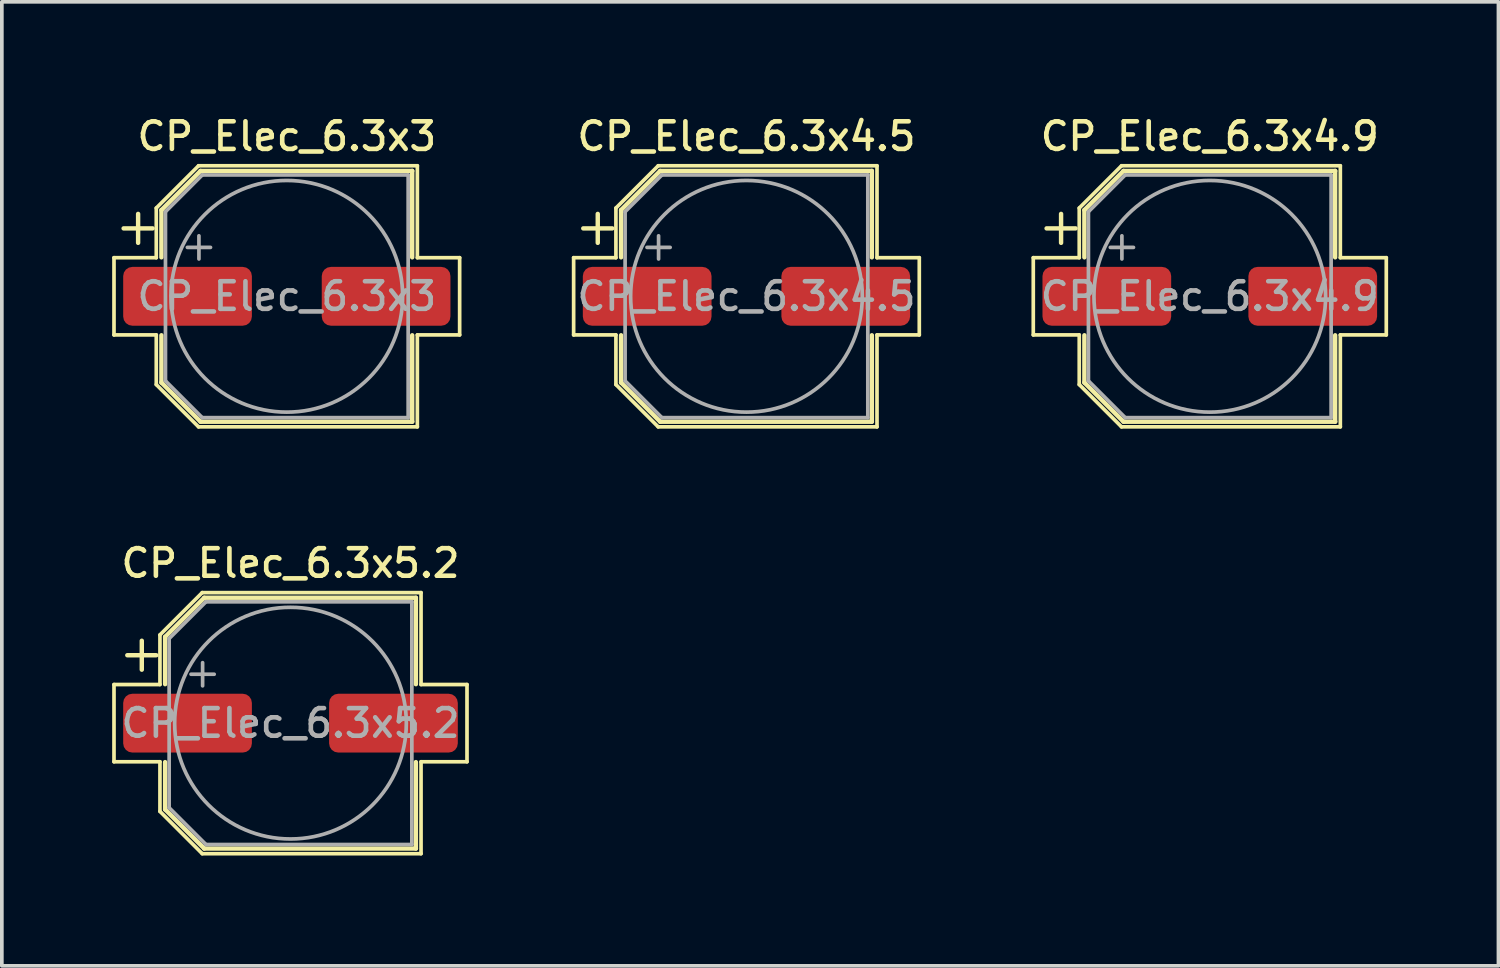
<source format=kicad_pcb>
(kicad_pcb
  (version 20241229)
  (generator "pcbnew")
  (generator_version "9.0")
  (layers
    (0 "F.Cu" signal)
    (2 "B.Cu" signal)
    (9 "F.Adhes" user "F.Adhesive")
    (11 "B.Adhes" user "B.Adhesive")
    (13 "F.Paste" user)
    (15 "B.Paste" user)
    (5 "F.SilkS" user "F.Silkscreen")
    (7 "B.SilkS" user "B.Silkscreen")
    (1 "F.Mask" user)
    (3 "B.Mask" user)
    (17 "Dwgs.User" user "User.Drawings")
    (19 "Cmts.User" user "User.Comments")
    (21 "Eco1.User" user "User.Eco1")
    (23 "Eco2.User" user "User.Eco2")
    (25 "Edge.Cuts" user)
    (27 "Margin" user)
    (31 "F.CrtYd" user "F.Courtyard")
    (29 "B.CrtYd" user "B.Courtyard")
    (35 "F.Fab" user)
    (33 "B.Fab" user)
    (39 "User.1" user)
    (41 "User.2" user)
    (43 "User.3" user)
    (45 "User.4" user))
  (footprint "CP_Elec_6.3x5.2"
    (layer "F.Cu")
    (at 4.85 16.616)
    (property "Reference" "CP_Elec_6.3x5.2" (at 0 -4.35 0) (layer "F.SilkS") (effects (font (size 0.75 0.75) (thickness 0.125))))
    (attr smd)
    (fp_line (start -4.8 -1.05) (end -4.8 1.05) (stroke (width 0.1) (type solid)) (layer "F.SilkS"))
    (fp_line (start -4.8 1.05) (end -3.55 1.05) (stroke (width 0.1) (type solid)) (layer "F.SilkS"))
    (fp_line (start -4.438 -1.847) (end -3.65 -1.847) (stroke (width 0.12) (type solid)) (layer "F.SilkS"))
    (fp_line (start -4.044 -2.241) (end -4.044 -1.454) (stroke (width 0.12) (type solid)) (layer "F.SilkS"))
    (fp_line (start -3.55 -2.4) (end -3.55 -1.05) (stroke (width 0.1) (type solid)) (layer "F.SilkS"))
    (fp_line (start -3.55 -2.4) (end -2.4 -3.55) (stroke (width 0.1) (type solid)) (layer "F.SilkS"))
    (fp_line (start -3.55 -1.05) (end -4.8 -1.05) (stroke (width 0.1) (type solid)) (layer "F.SilkS"))
    (fp_line (start -3.55 1.05) (end -3.55 2.4) (stroke (width 0.1) (type solid)) (layer "F.SilkS"))
    (fp_line (start -3.55 2.4) (end -2.4 3.55) (stroke (width 0.1) (type solid)) (layer "F.SilkS"))
    (fp_line (start -3.41 -2.346) (end -3.41 -1.06) (stroke (width 0.12) (type solid)) (layer "F.SilkS"))
    (fp_line (start -3.41 -2.346) (end -2.346 -3.41) (stroke (width 0.12) (type solid)) (layer "F.SilkS"))
    (fp_line (start -3.41 2.346) (end -3.41 1.06) (stroke (width 0.12) (type solid)) (layer "F.SilkS"))
    (fp_line (start -3.41 2.346) (end -2.346 3.41) (stroke (width 0.12) (type solid)) (layer "F.SilkS"))
    (fp_line (start -2.4 -3.55) (end 3.55 -3.55) (stroke (width 0.1) (type solid)) (layer "F.SilkS"))
    (fp_line (start -2.4 3.55) (end 3.55 3.55) (stroke (width 0.1) (type solid)) (layer "F.SilkS"))
    (fp_line (start -2.346 -3.41) (end 3.41 -3.41) (stroke (width 0.12) (type solid)) (layer "F.SilkS"))
    (fp_line (start -2.346 3.41) (end 3.41 3.41) (stroke (width 0.12) (type solid)) (layer "F.SilkS"))
    (fp_line (start 3.41 -3.41) (end 3.41 -1.06) (stroke (width 0.12) (type solid)) (layer "F.SilkS"))
    (fp_line (start 3.41 3.41) (end 3.41 1.06) (stroke (width 0.12) (type solid)) (layer "F.SilkS"))
    (fp_line (start 3.55 -3.55) (end 3.55 -1.05) (stroke (width 0.1) (type solid)) (layer "F.SilkS"))
    (fp_line (start 3.55 -1.05) (end 4.8 -1.05) (stroke (width 0.1) (type solid)) (layer "F.SilkS"))
    (fp_line (start 3.55 1.05) (end 3.55 3.55) (stroke (width 0.1) (type solid)) (layer "F.SilkS"))
    (fp_line (start 4.8 -1.05) (end 4.8 1.05) (stroke (width 0.1) (type solid)) (layer "F.SilkS"))
    (fp_line (start 4.8 1.05) (end 3.55 1.05) (stroke (width 0.1) (type solid)) (layer "F.SilkS"))
    (fp_line (start -3.3 -2.3) (end -3.3 2.3) (stroke (width 0.1) (type solid)) (layer "F.Fab"))
    (fp_line (start -3.3 -2.3) (end -2.3 -3.3) (stroke (width 0.1) (type solid)) (layer "F.Fab"))
    (fp_line (start -3.3 2.3) (end -2.3 3.3) (stroke (width 0.1) (type solid)) (layer "F.Fab"))
    (fp_line (start -2.705 -1.33) (end -2.075 -1.33) (stroke (width 0.1) (type solid)) (layer "F.Fab"))
    (fp_line (start -2.39 -1.645) (end -2.39 -1.015) (stroke (width 0.1) (type solid)) (layer "F.Fab"))
    (fp_line (start -2.3 -3.3) (end 3.3 -3.3) (stroke (width 0.1) (type solid)) (layer "F.Fab"))
    (fp_line (start -2.3 3.3) (end 3.3 3.3) (stroke (width 0.1) (type solid)) (layer "F.Fab"))
    (fp_line (start 3.3 -3.3) (end 3.3 3.3) (stroke (width 0.1) (type solid)) (layer "F.Fab"))
    (fp_circle (center 0 0) (end 3.15 0) (stroke (width 0.1) (type solid)) (fill no) (layer "F.Fab"))
    (fp_text user "${REFERENCE}" (at 0 0 0) (layer "F.Fab") (effects (font (size 0.75 0.75) (thickness 0.125))))
    (pad "1" smd roundrect (at -2.8 0) (size 3.5 1.6) (layers "F.Cu" "F.Mask" "F.Paste") (roundrect_rratio 0.156))
    (pad "2" smd roundrect (at 2.8 0) (size 3.5 1.6) (layers "F.Cu" "F.Mask" "F.Paste") (roundrect_rratio 0.156)))
  (footprint "CP_Elec_6.3x4.9"
    (layer "F.Cu")
    (at 29.85 5.008)
    (property "Reference" "CP_Elec_6.3x4.9" (at 0 -4.35 0) (layer "F.SilkS") (effects (font (size 0.75 0.75) (thickness 0.125))))
    (attr smd)
    (fp_line (start -4.8 -1.05) (end -4.8 1.05) (stroke (width 0.1) (type solid)) (layer "F.SilkS"))
    (fp_line (start -4.8 1.05) (end -3.55 1.05) (stroke (width 0.1) (type solid)) (layer "F.SilkS"))
    (fp_line (start -4.438 -1.847) (end -3.65 -1.847) (stroke (width 0.12) (type solid)) (layer "F.SilkS"))
    (fp_line (start -4.044 -2.241) (end -4.044 -1.454) (stroke (width 0.12) (type solid)) (layer "F.SilkS"))
    (fp_line (start -3.55 -2.4) (end -3.55 -1.05) (stroke (width 0.1) (type solid)) (layer "F.SilkS"))
    (fp_line (start -3.55 -2.4) (end -2.4 -3.55) (stroke (width 0.1) (type solid)) (layer "F.SilkS"))
    (fp_line (start -3.55 -1.05) (end -4.8 -1.05) (stroke (width 0.1) (type solid)) (layer "F.SilkS"))
    (fp_line (start -3.55 1.05) (end -3.55 2.4) (stroke (width 0.1) (type solid)) (layer "F.SilkS"))
    (fp_line (start -3.55 2.4) (end -2.4 3.55) (stroke (width 0.1) (type solid)) (layer "F.SilkS"))
    (fp_line (start -3.41 -2.346) (end -3.41 -1.06) (stroke (width 0.12) (type solid)) (layer "F.SilkS"))
    (fp_line (start -3.41 -2.346) (end -2.346 -3.41) (stroke (width 0.12) (type solid)) (layer "F.SilkS"))
    (fp_line (start -3.41 2.346) (end -3.41 1.06) (stroke (width 0.12) (type solid)) (layer "F.SilkS"))
    (fp_line (start -3.41 2.346) (end -2.346 3.41) (stroke (width 0.12) (type solid)) (layer "F.SilkS"))
    (fp_line (start -2.4 -3.55) (end 3.55 -3.55) (stroke (width 0.1) (type solid)) (layer "F.SilkS"))
    (fp_line (start -2.4 3.55) (end 3.55 3.55) (stroke (width 0.1) (type solid)) (layer "F.SilkS"))
    (fp_line (start -2.346 -3.41) (end 3.41 -3.41) (stroke (width 0.12) (type solid)) (layer "F.SilkS"))
    (fp_line (start -2.346 3.41) (end 3.41 3.41) (stroke (width 0.12) (type solid)) (layer "F.SilkS"))
    (fp_line (start 3.41 -3.41) (end 3.41 -1.06) (stroke (width 0.12) (type solid)) (layer "F.SilkS"))
    (fp_line (start 3.41 3.41) (end 3.41 1.06) (stroke (width 0.12) (type solid)) (layer "F.SilkS"))
    (fp_line (start 3.55 -3.55) (end 3.55 -1.05) (stroke (width 0.1) (type solid)) (layer "F.SilkS"))
    (fp_line (start 3.55 -1.05) (end 4.8 -1.05) (stroke (width 0.1) (type solid)) (layer "F.SilkS"))
    (fp_line (start 3.55 1.05) (end 3.55 3.55) (stroke (width 0.1) (type solid)) (layer "F.SilkS"))
    (fp_line (start 4.8 -1.05) (end 4.8 1.05) (stroke (width 0.1) (type solid)) (layer "F.SilkS"))
    (fp_line (start 4.8 1.05) (end 3.55 1.05) (stroke (width 0.1) (type solid)) (layer "F.SilkS"))
    (fp_line (start -3.3 -2.3) (end -3.3 2.3) (stroke (width 0.1) (type solid)) (layer "F.Fab"))
    (fp_line (start -3.3 -2.3) (end -2.3 -3.3) (stroke (width 0.1) (type solid)) (layer "F.Fab"))
    (fp_line (start -3.3 2.3) (end -2.3 3.3) (stroke (width 0.1) (type solid)) (layer "F.Fab"))
    (fp_line (start -2.705 -1.33) (end -2.075 -1.33) (stroke (width 0.1) (type solid)) (layer "F.Fab"))
    (fp_line (start -2.39 -1.645) (end -2.39 -1.015) (stroke (width 0.1) (type solid)) (layer "F.Fab"))
    (fp_line (start -2.3 -3.3) (end 3.3 -3.3) (stroke (width 0.1) (type solid)) (layer "F.Fab"))
    (fp_line (start -2.3 3.3) (end 3.3 3.3) (stroke (width 0.1) (type solid)) (layer "F.Fab"))
    (fp_line (start 3.3 -3.3) (end 3.3 3.3) (stroke (width 0.1) (type solid)) (layer "F.Fab"))
    (fp_circle (center 0 0) (end 3.15 0) (stroke (width 0.1) (type solid)) (fill no) (layer "F.Fab"))
    (fp_text user "${REFERENCE}" (at 0 0 0) (layer "F.Fab") (effects (font (size 0.75 0.75) (thickness 0.125))))
    (pad "1" smd roundrect (at -2.8 0) (size 3.5 1.6) (layers "F.Cu" "F.Mask" "F.Paste") (roundrect_rratio 0.156))
    (pad "2" smd roundrect (at 2.8 0) (size 3.5 1.6) (layers "F.Cu" "F.Mask" "F.Paste") (roundrect_rratio 0.156)))
  (footprint "CP_Elec_6.3x3"
    (layer "F.Cu")
    (at 4.75 5.008)
    (property "Reference" "CP_Elec_6.3x3" (at 0 -4.35 0) (layer "F.SilkS") (effects (font (size 0.75 0.75) (thickness 0.125))))
    (attr smd)
    (fp_line (start -4.7 -1.05) (end -4.7 1.05) (stroke (width 0.1) (type solid)) (layer "F.SilkS"))
    (fp_line (start -4.7 1.05) (end -3.55 1.05) (stroke (width 0.1) (type solid)) (layer "F.SilkS"))
    (fp_line (start -4.438 -1.847) (end -3.65 -1.847) (stroke (width 0.12) (type solid)) (layer "F.SilkS"))
    (fp_line (start -4.044 -2.241) (end -4.044 -1.454) (stroke (width 0.12) (type solid)) (layer "F.SilkS"))
    (fp_line (start -3.55 -2.4) (end -3.55 -1.05) (stroke (width 0.1) (type solid)) (layer "F.SilkS"))
    (fp_line (start -3.55 -2.4) (end -2.4 -3.55) (stroke (width 0.1) (type solid)) (layer "F.SilkS"))
    (fp_line (start -3.55 -1.05) (end -4.7 -1.05) (stroke (width 0.1) (type solid)) (layer "F.SilkS"))
    (fp_line (start -3.55 1.05) (end -3.55 2.4) (stroke (width 0.1) (type solid)) (layer "F.SilkS"))
    (fp_line (start -3.55 2.4) (end -2.4 3.55) (stroke (width 0.1) (type solid)) (layer "F.SilkS"))
    (fp_line (start -3.41 -2.346) (end -3.41 -1.06) (stroke (width 0.12) (type solid)) (layer "F.SilkS"))
    (fp_line (start -3.41 -2.346) (end -2.346 -3.41) (stroke (width 0.12) (type solid)) (layer "F.SilkS"))
    (fp_line (start -3.41 2.346) (end -3.41 1.06) (stroke (width 0.12) (type solid)) (layer "F.SilkS"))
    (fp_line (start -3.41 2.346) (end -2.346 3.41) (stroke (width 0.12) (type solid)) (layer "F.SilkS"))
    (fp_line (start -2.4 -3.55) (end 3.55 -3.55) (stroke (width 0.1) (type solid)) (layer "F.SilkS"))
    (fp_line (start -2.4 3.55) (end 3.55 3.55) (stroke (width 0.1) (type solid)) (layer "F.SilkS"))
    (fp_line (start -2.346 -3.41) (end 3.41 -3.41) (stroke (width 0.12) (type solid)) (layer "F.SilkS"))
    (fp_line (start -2.346 3.41) (end 3.41 3.41) (stroke (width 0.12) (type solid)) (layer "F.SilkS"))
    (fp_line (start 3.41 -3.41) (end 3.41 -1.06) (stroke (width 0.12) (type solid)) (layer "F.SilkS"))
    (fp_line (start 3.41 3.41) (end 3.41 1.06) (stroke (width 0.12) (type solid)) (layer "F.SilkS"))
    (fp_line (start 3.55 -3.55) (end 3.55 -1.05) (stroke (width 0.1) (type solid)) (layer "F.SilkS"))
    (fp_line (start 3.55 -1.05) (end 4.7 -1.05) (stroke (width 0.1) (type solid)) (layer "F.SilkS"))
    (fp_line (start 3.55 1.05) (end 3.55 3.55) (stroke (width 0.1) (type solid)) (layer "F.SilkS"))
    (fp_line (start 4.7 -1.05) (end 4.7 1.05) (stroke (width 0.1) (type solid)) (layer "F.SilkS"))
    (fp_line (start 4.7 1.05) (end 3.55 1.05) (stroke (width 0.1) (type solid)) (layer "F.SilkS"))
    (fp_line (start -3.3 -2.3) (end -3.3 2.3) (stroke (width 0.1) (type solid)) (layer "F.Fab"))
    (fp_line (start -3.3 -2.3) (end -2.3 -3.3) (stroke (width 0.1) (type solid)) (layer "F.Fab"))
    (fp_line (start -3.3 2.3) (end -2.3 3.3) (stroke (width 0.1) (type solid)) (layer "F.Fab"))
    (fp_line (start -2.705 -1.33) (end -2.075 -1.33) (stroke (width 0.1) (type solid)) (layer "F.Fab"))
    (fp_line (start -2.39 -1.645) (end -2.39 -1.015) (stroke (width 0.1) (type solid)) (layer "F.Fab"))
    (fp_line (start -2.3 -3.3) (end 3.3 -3.3) (stroke (width 0.1) (type solid)) (layer "F.Fab"))
    (fp_line (start -2.3 3.3) (end 3.3 3.3) (stroke (width 0.1) (type solid)) (layer "F.Fab"))
    (fp_line (start 3.3 -3.3) (end 3.3 3.3) (stroke (width 0.1) (type solid)) (layer "F.Fab"))
    (fp_circle (center 0 0) (end 3.15 0) (stroke (width 0.1) (type solid)) (fill no) (layer "F.Fab"))
    (fp_text user "${REFERENCE}" (at 0 0 0) (layer "F.Fab") (effects (font (size 0.75 0.75) (thickness 0.125))))
    (pad "1" smd roundrect (at -2.7 0) (size 3.5 1.6) (layers "F.Cu" "F.Mask" "F.Paste") (roundrect_rratio 0.156))
    (pad "2" smd roundrect (at 2.7 0) (size 3.5 1.6) (layers "F.Cu" "F.Mask" "F.Paste") (roundrect_rratio 0.156)))
  (footprint "CP_Elec_6.3x4.5"
    (layer "F.Cu")
    (at 17.25 5.008)
    (property "Reference" "CP_Elec_6.3x4.5" (at 0 -4.35 0) (layer "F.SilkS") (effects (font (size 0.75 0.75) (thickness 0.125))))
    (attr smd)
    (fp_line (start -4.7 -1.05) (end -4.7 1.05) (stroke (width 0.1) (type solid)) (layer "F.SilkS"))
    (fp_line (start -4.7 1.05) (end -3.55 1.05) (stroke (width 0.1) (type solid)) (layer "F.SilkS"))
    (fp_line (start -4.438 -1.847) (end -3.65 -1.847) (stroke (width 0.12) (type solid)) (layer "F.SilkS"))
    (fp_line (start -4.044 -2.241) (end -4.044 -1.454) (stroke (width 0.12) (type solid)) (layer "F.SilkS"))
    (fp_line (start -3.55 -2.4) (end -3.55 -1.05) (stroke (width 0.1) (type solid)) (layer "F.SilkS"))
    (fp_line (start -3.55 -2.4) (end -2.4 -3.55) (stroke (width 0.1) (type solid)) (layer "F.SilkS"))
    (fp_line (start -3.55 -1.05) (end -4.7 -1.05) (stroke (width 0.1) (type solid)) (layer "F.SilkS"))
    (fp_line (start -3.55 1.05) (end -3.55 2.4) (stroke (width 0.1) (type solid)) (layer "F.SilkS"))
    (fp_line (start -3.55 2.4) (end -2.4 3.55) (stroke (width 0.1) (type solid)) (layer "F.SilkS"))
    (fp_line (start -3.41 -2.346) (end -3.41 -1.06) (stroke (width 0.12) (type solid)) (layer "F.SilkS"))
    (fp_line (start -3.41 -2.346) (end -2.346 -3.41) (stroke (width 0.12) (type solid)) (layer "F.SilkS"))
    (fp_line (start -3.41 2.346) (end -3.41 1.06) (stroke (width 0.12) (type solid)) (layer "F.SilkS"))
    (fp_line (start -3.41 2.346) (end -2.346 3.41) (stroke (width 0.12) (type solid)) (layer "F.SilkS"))
    (fp_line (start -2.4 -3.55) (end 3.55 -3.55) (stroke (width 0.1) (type solid)) (layer "F.SilkS"))
    (fp_line (start -2.4 3.55) (end 3.55 3.55) (stroke (width 0.1) (type solid)) (layer "F.SilkS"))
    (fp_line (start -2.346 -3.41) (end 3.41 -3.41) (stroke (width 0.12) (type solid)) (layer "F.SilkS"))
    (fp_line (start -2.346 3.41) (end 3.41 3.41) (stroke (width 0.12) (type solid)) (layer "F.SilkS"))
    (fp_line (start 3.41 -3.41) (end 3.41 -1.06) (stroke (width 0.12) (type solid)) (layer "F.SilkS"))
    (fp_line (start 3.41 3.41) (end 3.41 1.06) (stroke (width 0.12) (type solid)) (layer "F.SilkS"))
    (fp_line (start 3.55 -3.55) (end 3.55 -1.05) (stroke (width 0.1) (type solid)) (layer "F.SilkS"))
    (fp_line (start 3.55 -1.05) (end 4.7 -1.05) (stroke (width 0.1) (type solid)) (layer "F.SilkS"))
    (fp_line (start 3.55 1.05) (end 3.55 3.55) (stroke (width 0.1) (type solid)) (layer "F.SilkS"))
    (fp_line (start 4.7 -1.05) (end 4.7 1.05) (stroke (width 0.1) (type solid)) (layer "F.SilkS"))
    (fp_line (start 4.7 1.05) (end 3.55 1.05) (stroke (width 0.1) (type solid)) (layer "F.SilkS"))
    (fp_line (start -3.3 -2.3) (end -3.3 2.3) (stroke (width 0.1) (type solid)) (layer "F.Fab"))
    (fp_line (start -3.3 -2.3) (end -2.3 -3.3) (stroke (width 0.1) (type solid)) (layer "F.Fab"))
    (fp_line (start -3.3 2.3) (end -2.3 3.3) (stroke (width 0.1) (type solid)) (layer "F.Fab"))
    (fp_line (start -2.705 -1.33) (end -2.075 -1.33) (stroke (width 0.1) (type solid)) (layer "F.Fab"))
    (fp_line (start -2.39 -1.645) (end -2.39 -1.015) (stroke (width 0.1) (type solid)) (layer "F.Fab"))
    (fp_line (start -2.3 -3.3) (end 3.3 -3.3) (stroke (width 0.1) (type solid)) (layer "F.Fab"))
    (fp_line (start -2.3 3.3) (end 3.3 3.3) (stroke (width 0.1) (type solid)) (layer "F.Fab"))
    (fp_line (start 3.3 -3.3) (end 3.3 3.3) (stroke (width 0.1) (type solid)) (layer "F.Fab"))
    (fp_circle (center 0 0) (end 3.15 0) (stroke (width 0.1) (type solid)) (fill no) (layer "F.Fab"))
    (fp_text user "${REFERENCE}" (at 0 0 0) (layer "F.Fab") (effects (font (size 0.75 0.75) (thickness 0.125))))
    (pad "1" smd roundrect (at -2.7 0) (size 3.5 1.6) (layers "F.Cu" "F.Mask" "F.Paste") (roundrect_rratio 0.156))
    (pad "2" smd roundrect (at 2.7 0) (size 3.5 1.6) (layers "F.Cu" "F.Mask" "F.Paste") (roundrect_rratio 0.156)))
  (gr_rect
    (start -3 -3)
    (end 37.7 23.216)
    (stroke (width 0.1) (type default))
    (fill no)
    (layer "Edge.Cuts")))
</source>
